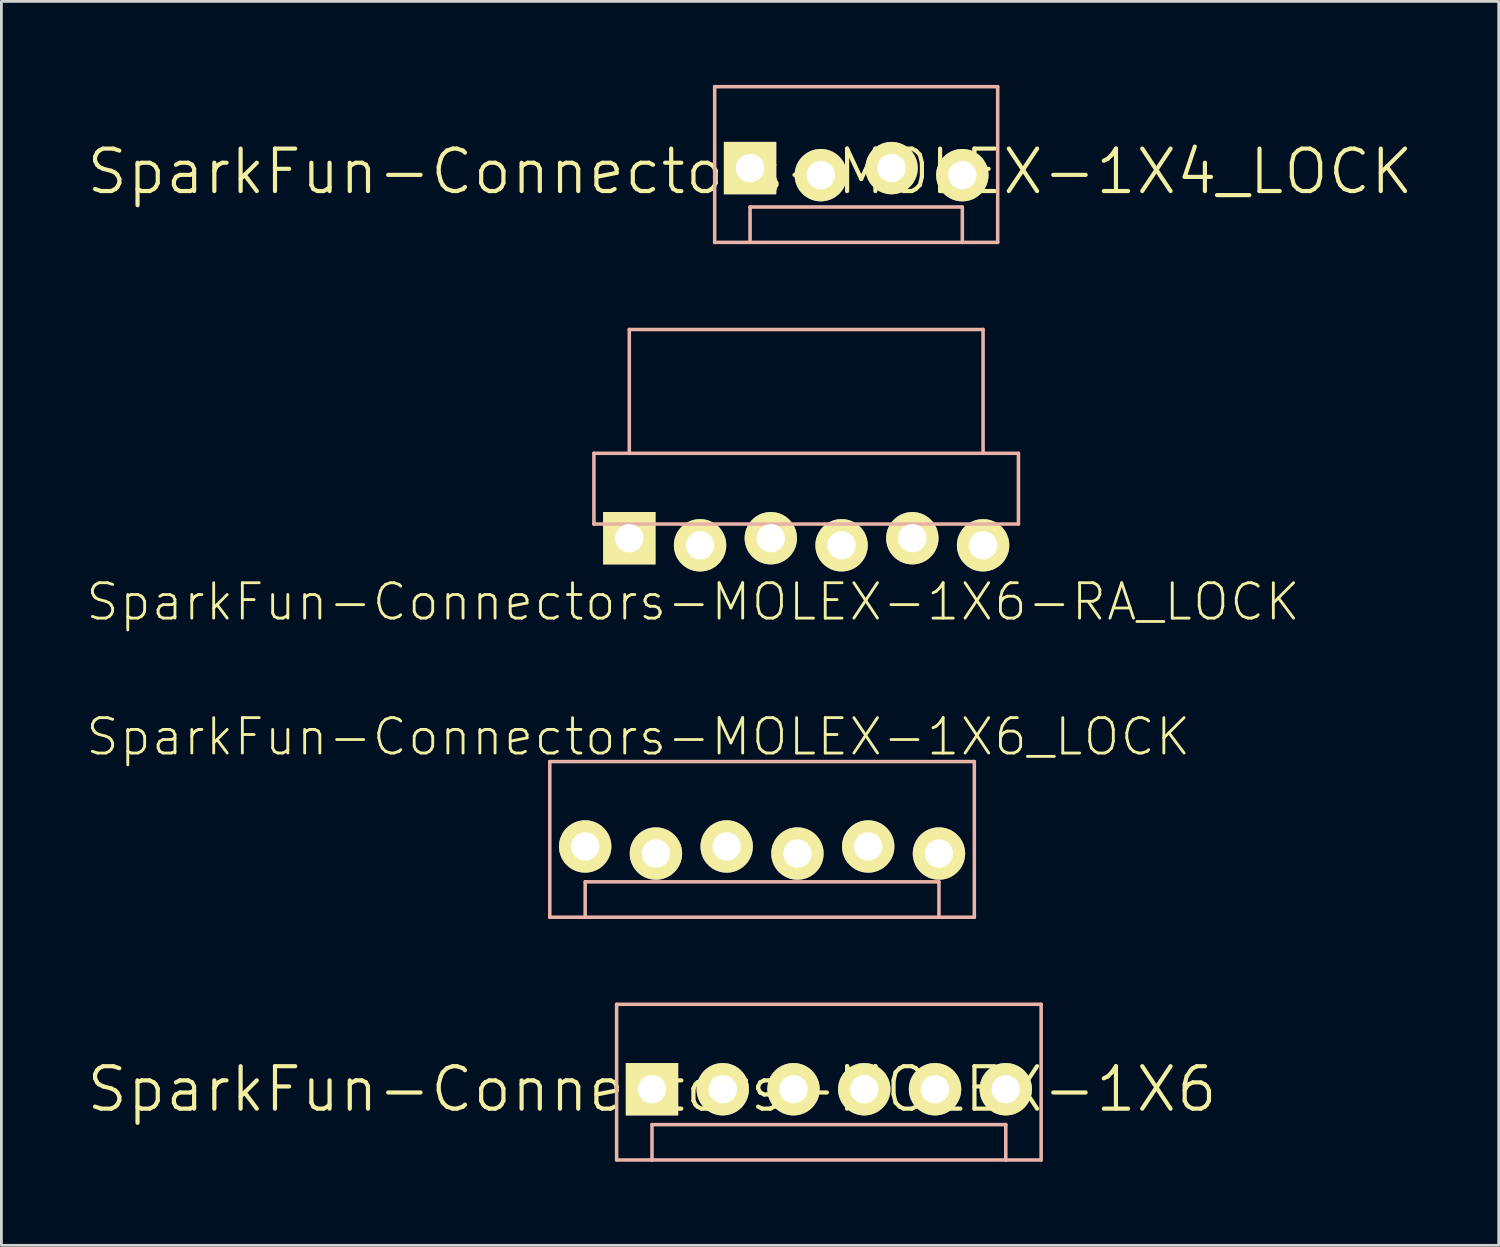
<source format=kicad_pcb>
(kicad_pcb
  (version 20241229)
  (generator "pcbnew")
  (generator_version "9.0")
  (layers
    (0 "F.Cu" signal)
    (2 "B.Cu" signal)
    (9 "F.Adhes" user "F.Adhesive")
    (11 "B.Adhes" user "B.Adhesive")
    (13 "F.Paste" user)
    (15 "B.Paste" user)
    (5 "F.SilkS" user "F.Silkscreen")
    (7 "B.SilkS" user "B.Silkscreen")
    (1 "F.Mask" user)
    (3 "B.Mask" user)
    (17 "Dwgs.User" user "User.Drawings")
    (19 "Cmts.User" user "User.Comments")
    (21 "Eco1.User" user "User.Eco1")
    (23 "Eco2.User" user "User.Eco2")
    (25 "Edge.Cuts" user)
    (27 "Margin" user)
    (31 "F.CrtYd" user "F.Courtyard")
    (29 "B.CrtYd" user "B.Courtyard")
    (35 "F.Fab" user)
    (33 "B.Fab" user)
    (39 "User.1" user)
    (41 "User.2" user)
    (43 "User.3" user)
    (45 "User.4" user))
  (footprint "SparkFun-Connectors-MOLEX-1X6_LOCK"
    (layer "F.Cu")
    (at 17.957 27.337)
    (property "Reference" "SparkFun-Connectors-MOLEX-1X6_LOCK" (at 1.905 -3.937 0) (layer "F.SilkS") (effects (font (size 1.27 1.27) (thickness 0.102))))
    (attr exclude_from_pos_files exclude_from_bom)
    (fp_line (start -0.292 -0.165) (end 0.292 -0.165) (stroke (width 0.066) (type solid)) (layer "F.SilkS"))
    (fp_line (start -0.292 0.419) (end -0.292 -0.165) (stroke (width 0.066) (type solid)) (layer "F.SilkS"))
    (fp_line (start -0.292 0.419) (end 0.292 0.419) (stroke (width 0.066) (type solid)) (layer "F.SilkS"))
    (fp_line (start 0.292 0.419) (end 0.292 -0.165) (stroke (width 0.066) (type solid)) (layer "F.SilkS"))
    (fp_line (start 2.248 -0.165) (end 2.832 -0.165) (stroke (width 0.066) (type solid)) (layer "F.SilkS"))
    (fp_line (start 2.248 0.419) (end 2.248 -0.165) (stroke (width 0.066) (type solid)) (layer "F.SilkS"))
    (fp_line (start 2.248 0.419) (end 2.832 0.419) (stroke (width 0.066) (type solid)) (layer "F.SilkS"))
    (fp_line (start 2.832 0.419) (end 2.832 -0.165) (stroke (width 0.066) (type solid)) (layer "F.SilkS"))
    (fp_line (start 4.788 -0.165) (end 5.372 -0.165) (stroke (width 0.066) (type solid)) (layer "F.SilkS"))
    (fp_line (start 4.788 0.419) (end 4.788 -0.165) (stroke (width 0.066) (type solid)) (layer "F.SilkS"))
    (fp_line (start 4.788 0.419) (end 5.372 0.419) (stroke (width 0.066) (type solid)) (layer "F.SilkS"))
    (fp_line (start 5.372 0.419) (end 5.372 -0.165) (stroke (width 0.066) (type solid)) (layer "F.SilkS"))
    (fp_line (start 7.328 -0.165) (end 7.912 -0.165) (stroke (width 0.066) (type solid)) (layer "F.SilkS"))
    (fp_line (start 7.328 0.419) (end 7.328 -0.165) (stroke (width 0.066) (type solid)) (layer "F.SilkS"))
    (fp_line (start 7.328 0.419) (end 7.912 0.419) (stroke (width 0.066) (type solid)) (layer "F.SilkS"))
    (fp_line (start 7.912 0.419) (end 7.912 -0.165) (stroke (width 0.066) (type solid)) (layer "F.SilkS"))
    (fp_line (start 9.868 -0.165) (end 10.452 -0.165) (stroke (width 0.066) (type solid)) (layer "F.SilkS"))
    (fp_line (start 9.868 0.419) (end 9.868 -0.165) (stroke (width 0.066) (type solid)) (layer "F.SilkS"))
    (fp_line (start 9.868 0.419) (end 10.452 0.419) (stroke (width 0.066) (type solid)) (layer "F.SilkS"))
    (fp_line (start 10.452 0.419) (end 10.452 -0.165) (stroke (width 0.066) (type solid)) (layer "F.SilkS"))
    (fp_line (start 12.408 -0.165) (end 12.992 -0.165) (stroke (width 0.066) (type solid)) (layer "F.SilkS"))
    (fp_line (start 12.408 0.419) (end 12.408 -0.165) (stroke (width 0.066) (type solid)) (layer "F.SilkS"))
    (fp_line (start 12.408 0.419) (end 12.992 0.419) (stroke (width 0.066) (type solid)) (layer "F.SilkS"))
    (fp_line (start 12.992 0.419) (end 12.992 -0.165) (stroke (width 0.066) (type solid)) (layer "F.SilkS"))
    (fp_line (start -1.27 -3.048) (end -1.27 2.54) (stroke (width 0.127) (type solid)) (layer "B.SilkS"))
    (fp_line (start 0 1.27) (end 12.7 1.27) (stroke (width 0.127) (type solid)) (layer "B.SilkS"))
    (fp_line (start 0 2.54) (end -1.27 2.54) (stroke (width 0.127) (type solid)) (layer "B.SilkS"))
    (fp_line (start 0 2.54) (end 0 1.27) (stroke (width 0.127) (type solid)) (layer "B.SilkS"))
    (fp_line (start 12.7 1.27) (end 12.7 2.54) (stroke (width 0.127) (type solid)) (layer "B.SilkS"))
    (fp_line (start 12.7 2.54) (end 0 2.54) (stroke (width 0.127) (type solid)) (layer "B.SilkS"))
    (fp_line (start 13.97 -3.048) (end -1.27 -3.048) (stroke (width 0.127) (type solid)) (layer "B.SilkS"))
    (fp_line (start 13.97 -3.048) (end 13.97 2.54) (stroke (width 0.127) (type solid)) (layer "B.SilkS"))
    (fp_line (start 13.97 2.54) (end 12.7 2.54) (stroke (width 0.127) (type solid)) (layer "B.SilkS"))
    (pad "1" thru_hole circle (at 0 0) (size 1.88 1.88) (drill 1.016) (layers "*.Cu" "F.Mask" "F.SilkS" "F.Paste"))
    (pad "2" thru_hole circle (at 2.54 0.254) (size 1.88 1.88) (drill 1.016) (layers "*.Cu" "F.Mask" "F.SilkS" "F.Paste"))
    (pad "3" thru_hole circle (at 5.08 0) (size 1.88 1.88) (drill 1.016) (layers "*.Cu" "F.Mask" "F.SilkS" "F.Paste"))
    (pad "4" thru_hole circle (at 7.62 0.254) (size 1.88 1.88) (drill 1.016) (layers "*.Cu" "F.Mask" "F.SilkS" "F.Paste"))
    (pad "5" thru_hole circle (at 10.16 0) (size 1.88 1.88) (drill 1.016) (layers "*.Cu" "F.Mask" "F.SilkS" "F.Paste"))
    (pad "6" thru_hole circle (at 12.7 0.254) (size 1.88 1.88) (drill 1.016) (layers "*.Cu" "F.Mask" "F.SilkS" "F.Paste")))
  (footprint "SparkFun-Connectors-MOLEX-1X4_LOCK"
    (layer "F.Cu")
    (at 23.876 3.111)
    (property "Reference" "SparkFun-Connectors-MOLEX-1X4_LOCK" (at 0 0 0) (layer "F.SilkS") (effects (font (size 1.524 1.524) (thickness 0.15))))
    (attr exclude_from_pos_files exclude_from_bom)
    (fp_line (start -1.27 -3.048) (end -1.27 2.54) (stroke (width 0.127) (type solid)) (layer "B.SilkS"))
    (fp_line (start 0 1.27) (end 7.62 1.27) (stroke (width 0.127) (type solid)) (layer "B.SilkS"))
    (fp_line (start 0 2.54) (end -1.27 2.54) (stroke (width 0.127) (type solid)) (layer "B.SilkS"))
    (fp_line (start 0 2.54) (end 0 1.27) (stroke (width 0.127) (type solid)) (layer "B.SilkS"))
    (fp_line (start 7.62 1.27) (end 7.62 2.54) (stroke (width 0.127) (type solid)) (layer "B.SilkS"))
    (fp_line (start 7.62 2.54) (end 0 2.54) (stroke (width 0.127) (type solid)) (layer "B.SilkS"))
    (fp_line (start 8.89 -3.048) (end -1.27 -3.048) (stroke (width 0.127) (type solid)) (layer "B.SilkS"))
    (fp_line (start 8.89 -3.048) (end 8.89 2.54) (stroke (width 0.127) (type solid)) (layer "B.SilkS"))
    (fp_line (start 8.89 2.54) (end 7.62 2.54) (stroke (width 0.127) (type solid)) (layer "B.SilkS"))
    (pad "1" thru_hole rect (at 0 -0.127) (size 1.88 1.88) (drill 1.016) (layers "*.Cu" "F.Mask" "F.SilkS" "F.Paste"))
    (pad "2" thru_hole circle (at 2.54 0.127) (size 1.88 1.88) (drill 1.016) (layers "*.Cu" "F.Mask" "F.SilkS" "F.Paste"))
    (pad "3" thru_hole circle (at 5.08 -0.127) (size 1.88 1.88) (drill 1.016) (layers "*.Cu" "F.Mask" "F.SilkS" "F.Paste"))
    (pad "4" thru_hole circle (at 7.62 0.127) (size 1.88 1.88) (drill 1.016) (layers "*.Cu" "F.Mask" "F.SilkS" "F.Paste")))
  (footprint "SparkFun-Connectors-MOLEX-1X6"
    (layer "F.Cu")
    (at 20.356 36.052)
    (property "Reference" "SparkFun-Connectors-MOLEX-1X6" (at 0 0 0) (layer "F.SilkS") (effects (font (size 1.524 1.524) (thickness 0.15))))
    (attr exclude_from_pos_files exclude_from_bom)
    (fp_line (start -1.27 -3.048) (end -1.27 2.54) (stroke (width 0.127) (type solid)) (layer "B.SilkS"))
    (fp_line (start 0 1.27) (end 12.7 1.27) (stroke (width 0.127) (type solid)) (layer "B.SilkS"))
    (fp_line (start 0 2.54) (end -1.27 2.54) (stroke (width 0.127) (type solid)) (layer "B.SilkS"))
    (fp_line (start 0 2.54) (end 0 1.27) (stroke (width 0.127) (type solid)) (layer "B.SilkS"))
    (fp_line (start 12.7 1.27) (end 12.7 2.54) (stroke (width 0.127) (type solid)) (layer "B.SilkS"))
    (fp_line (start 12.7 2.54) (end 0 2.54) (stroke (width 0.127) (type solid)) (layer "B.SilkS"))
    (fp_line (start 13.97 -3.048) (end -1.27 -3.048) (stroke (width 0.127) (type solid)) (layer "B.SilkS"))
    (fp_line (start 13.97 -3.048) (end 13.97 2.54) (stroke (width 0.127) (type solid)) (layer "B.SilkS"))
    (fp_line (start 13.97 2.54) (end 12.7 2.54) (stroke (width 0.127) (type solid)) (layer "B.SilkS"))
    (pad "1" thru_hole rect (at 0 0) (size 1.88 1.88) (drill 1.016) (layers "*.Cu" "F.Mask" "F.SilkS" "F.Paste"))
    (pad "2" thru_hole circle (at 2.54 0) (size 1.88 1.88) (drill 1.016) (layers "*.Cu" "F.Mask" "F.SilkS" "F.Paste"))
    (pad "3" thru_hole circle (at 5.08 0) (size 1.88 1.88) (drill 1.016) (layers "*.Cu" "F.Mask" "F.SilkS" "F.Paste"))
    (pad "4" thru_hole circle (at 7.62 0) (size 1.88 1.88) (drill 1.016) (layers "*.Cu" "F.Mask" "F.SilkS" "F.Paste"))
    (pad "5" thru_hole circle (at 10.16 0) (size 1.88 1.88) (drill 1.016) (layers "*.Cu" "F.Mask" "F.SilkS" "F.Paste"))
    (pad "6" thru_hole circle (at 12.7 0) (size 1.88 1.88) (drill 1.016) (layers "*.Cu" "F.Mask" "F.SilkS" "F.Paste")))
  (footprint "SparkFun-Connectors-MOLEX-1X6-RA_LOCK"
    (layer "F.Cu")
    (at 19.541 16.398)
    (property "Reference" "SparkFun-Connectors-MOLEX-1X6-RA_LOCK" (at 2.286 2.159 0) (layer "F.SilkS") (effects (font (size 1.27 1.27) (thickness 0.102))))
    (attr exclude_from_pos_files exclude_from_bom)
    (fp_line (start -1.27 -0.635) (end -1.27 -3.175) (stroke (width 0.127) (type solid)) (layer "B.SilkS"))
    (fp_line (start 0 -7.62) (end 12.7 -7.62) (stroke (width 0.127) (type solid)) (layer "B.SilkS"))
    (fp_line (start 0 -3.175) (end -1.27 -3.175) (stroke (width 0.127) (type solid)) (layer "B.SilkS"))
    (fp_line (start 0 -3.175) (end 0 -7.62) (stroke (width 0.127) (type solid)) (layer "B.SilkS"))
    (fp_line (start 12.7 -7.62) (end 12.7 -3.175) (stroke (width 0.127) (type solid)) (layer "B.SilkS"))
    (fp_line (start 12.7 -3.175) (end 0 -3.175) (stroke (width 0.127) (type solid)) (layer "B.SilkS"))
    (fp_line (start 13.97 -3.175) (end 12.7 -3.175) (stroke (width 0.127) (type solid)) (layer "B.SilkS"))
    (fp_line (start 13.97 -0.635) (end -1.27 -0.635) (stroke (width 0.127) (type solid)) (layer "B.SilkS"))
    (fp_line (start 13.97 -0.635) (end 13.97 -3.175) (stroke (width 0.127) (type solid)) (layer "B.SilkS"))
    (pad "1" thru_hole rect (at 0 -0.127) (size 1.88 1.88) (drill 1.016) (layers "*.Cu" "F.Mask" "F.SilkS" "F.Paste"))
    (pad "2" thru_hole circle (at 2.54 0.127) (size 1.88 1.88) (drill 1.016) (layers "*.Cu" "F.Mask" "F.SilkS" "F.Paste"))
    (pad "3" thru_hole circle (at 5.08 -0.127) (size 1.88 1.88) (drill 1.016) (layers "*.Cu" "F.Mask" "F.SilkS" "F.Paste"))
    (pad "4" thru_hole circle (at 7.62 0.127) (size 1.88 1.88) (drill 1.016) (layers "*.Cu" "F.Mask" "F.SilkS" "F.Paste"))
    (pad "5" thru_hole circle (at 10.16 -0.127) (size 1.88 1.88) (drill 1.016) (layers "*.Cu" "F.Mask" "F.SilkS" "F.Paste"))
    (pad "6" thru_hole circle (at 12.7 0.127) (size 1.88 1.88) (drill 1.016) (layers "*.Cu" "F.Mask" "F.SilkS" "F.Paste")))
  (gr_rect
    (start -3 -3)
    (end 50.752 41.656)
    (stroke (width 0.1) (type default))
    (fill no)
    (layer "Edge.Cuts")))
</source>
